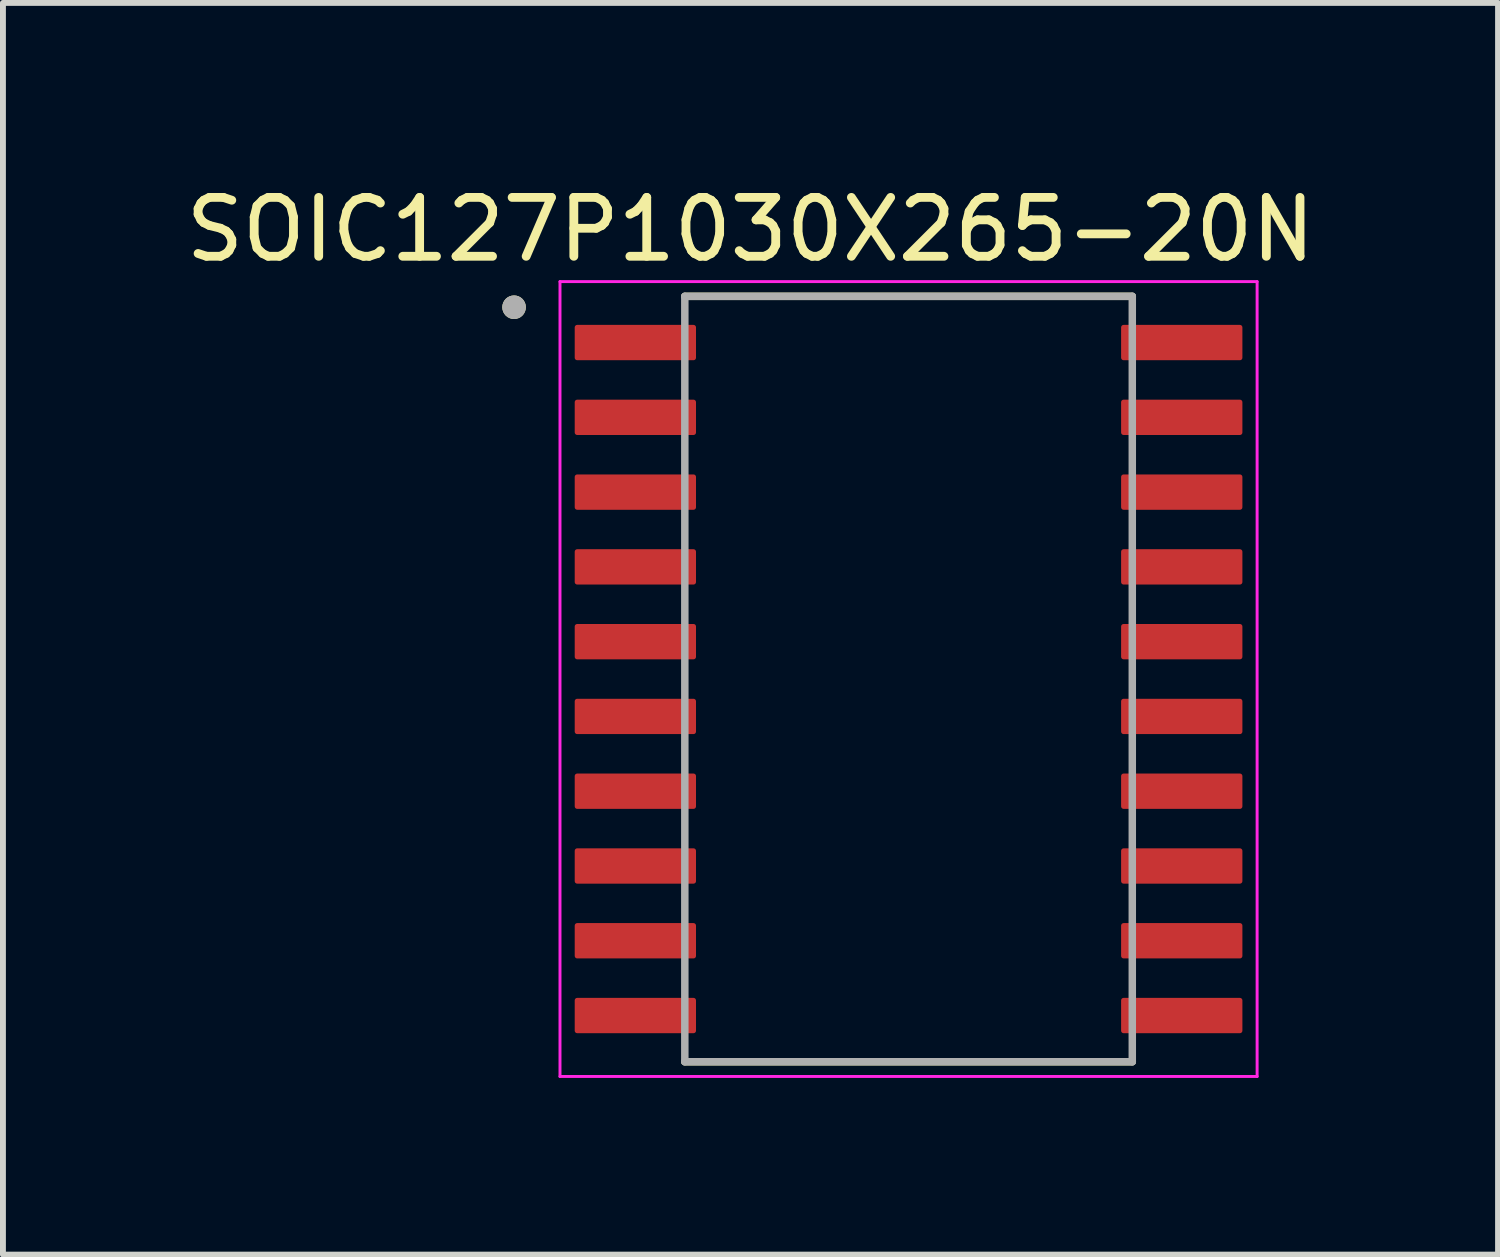
<source format=kicad_pcb>
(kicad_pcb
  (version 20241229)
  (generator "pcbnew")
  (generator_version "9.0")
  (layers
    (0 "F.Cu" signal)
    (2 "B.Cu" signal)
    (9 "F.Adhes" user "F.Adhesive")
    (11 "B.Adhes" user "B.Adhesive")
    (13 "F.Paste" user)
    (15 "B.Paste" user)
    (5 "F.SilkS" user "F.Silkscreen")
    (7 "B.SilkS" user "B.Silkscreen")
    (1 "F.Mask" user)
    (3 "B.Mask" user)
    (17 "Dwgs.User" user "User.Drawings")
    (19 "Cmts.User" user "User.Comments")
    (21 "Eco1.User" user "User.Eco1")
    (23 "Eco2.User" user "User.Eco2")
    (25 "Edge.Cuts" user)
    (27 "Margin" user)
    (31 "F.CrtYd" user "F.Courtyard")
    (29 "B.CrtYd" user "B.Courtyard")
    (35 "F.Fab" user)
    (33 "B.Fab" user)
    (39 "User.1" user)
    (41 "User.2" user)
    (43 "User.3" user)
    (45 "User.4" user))
  (footprint "SOIC127P1030X265-20N"
    (layer "F.Cu")
    (at 12.381 8.483)
    (property "Reference" "SOIC127P1030X265-20N" (at -2.685 -7.635 0) (layer "F.SilkS") (effects (font (size 1 1) (thickness 0.15))))
    (attr smd)
    (fp_line (start -3.8 -6.5) (end 3.8 -6.5) (stroke (width 0.127) (type solid)) (layer "F.SilkS"))
    (fp_line (start -3.8 6.5) (end 3.8 6.5) (stroke (width 0.127) (type solid)) (layer "F.SilkS"))
    (fp_circle (center -6.7 -6.315) (end -6.6 -6.315) (stroke (width 0.2) (type solid)) (fill no) (layer "F.SilkS"))
    (fp_line (start -5.92 -6.75) (end -5.92 6.75) (stroke (width 0.05) (type solid)) (layer "F.CrtYd"))
    (fp_line (start -5.92 -6.75) (end 5.92 -6.75) (stroke (width 0.05) (type solid)) (layer "F.CrtYd"))
    (fp_line (start -5.92 6.75) (end 5.92 6.75) (stroke (width 0.05) (type solid)) (layer "F.CrtYd"))
    (fp_line (start 5.92 -6.75) (end 5.92 6.75) (stroke (width 0.05) (type solid)) (layer "F.CrtYd"))
    (fp_line (start -3.8 -6.5) (end -3.8 6.5) (stroke (width 0.127) (type solid)) (layer "F.Fab"))
    (fp_line (start -3.8 -6.5) (end 3.8 -6.5) (stroke (width 0.127) (type solid)) (layer "F.Fab"))
    (fp_line (start -3.8 6.5) (end 3.8 6.5) (stroke (width 0.127) (type solid)) (layer "F.Fab"))
    (fp_line (start 3.8 -6.5) (end 3.8 6.5) (stroke (width 0.127) (type solid)) (layer "F.Fab"))
    (fp_circle (center -6.7 -6.315) (end -6.6 -6.315) (stroke (width 0.2) (type solid)) (fill no) (layer "F.Fab"))
    (pad "1" smd roundrect (at -4.64 -5.715) (size 2.06 0.6) (layers "F.Cu" "F.Mask" "F.Paste") (roundrect_rratio 0.07))
    (pad "2" smd roundrect (at -4.64 -4.445) (size 2.06 0.6) (layers "F.Cu" "F.Mask" "F.Paste") (roundrect_rratio 0.07))
    (pad "3" smd roundrect (at -4.64 -3.175) (size 2.06 0.6) (layers "F.Cu" "F.Mask" "F.Paste") (roundrect_rratio 0.07))
    (pad "4" smd roundrect (at -4.64 -1.905) (size 2.06 0.6) (layers "F.Cu" "F.Mask" "F.Paste") (roundrect_rratio 0.07))
    (pad "5" smd roundrect (at -4.64 -0.635) (size 2.06 0.6) (layers "F.Cu" "F.Mask" "F.Paste") (roundrect_rratio 0.07))
    (pad "6" smd roundrect (at -4.64 0.635) (size 2.06 0.6) (layers "F.Cu" "F.Mask" "F.Paste") (roundrect_rratio 0.07))
    (pad "7" smd roundrect (at -4.64 1.905) (size 2.06 0.6) (layers "F.Cu" "F.Mask" "F.Paste") (roundrect_rratio 0.07))
    (pad "8" smd roundrect (at -4.64 3.175) (size 2.06 0.6) (layers "F.Cu" "F.Mask" "F.Paste") (roundrect_rratio 0.07))
    (pad "9" smd roundrect (at -4.64 4.445) (size 2.06 0.6) (layers "F.Cu" "F.Mask" "F.Paste") (roundrect_rratio 0.07))
    (pad "10" smd roundrect (at -4.64 5.715) (size 2.06 0.6) (layers "F.Cu" "F.Mask" "F.Paste") (roundrect_rratio 0.07))
    (pad "11" smd roundrect (at 4.64 5.715) (size 2.06 0.6) (layers "F.Cu" "F.Mask" "F.Paste") (roundrect_rratio 0.07))
    (pad "12" smd roundrect (at 4.64 4.445) (size 2.06 0.6) (layers "F.Cu" "F.Mask" "F.Paste") (roundrect_rratio 0.07))
    (pad "13" smd roundrect (at 4.64 3.175) (size 2.06 0.6) (layers "F.Cu" "F.Mask" "F.Paste") (roundrect_rratio 0.07))
    (pad "14" smd roundrect (at 4.64 1.905) (size 2.06 0.6) (layers "F.Cu" "F.Mask" "F.Paste") (roundrect_rratio 0.07))
    (pad "15" smd roundrect (at 4.64 0.635) (size 2.06 0.6) (layers "F.Cu" "F.Mask" "F.Paste") (roundrect_rratio 0.07))
    (pad "16" smd roundrect (at 4.64 -0.635) (size 2.06 0.6) (layers "F.Cu" "F.Mask" "F.Paste") (roundrect_rratio 0.07))
    (pad "17" smd roundrect (at 4.64 -1.905) (size 2.06 0.6) (layers "F.Cu" "F.Mask" "F.Paste") (roundrect_rratio 0.07))
    (pad "18" smd roundrect (at 4.64 -3.175) (size 2.06 0.6) (layers "F.Cu" "F.Mask" "F.Paste") (roundrect_rratio 0.07))
    (pad "19" smd roundrect (at 4.64 -4.445) (size 2.06 0.6) (layers "F.Cu" "F.Mask" "F.Paste") (roundrect_rratio 0.07))
    (pad "20" smd roundrect (at 4.64 -5.715) (size 2.06 0.6) (layers "F.Cu" "F.Mask" "F.Paste") (roundrect_rratio 0.07)))
  (gr_rect
    (start -3 -3)
    (end 22.393 18.258)
    (stroke (width 0.1) (type default))
    (fill no)
    (layer "Edge.Cuts")))
</source>
